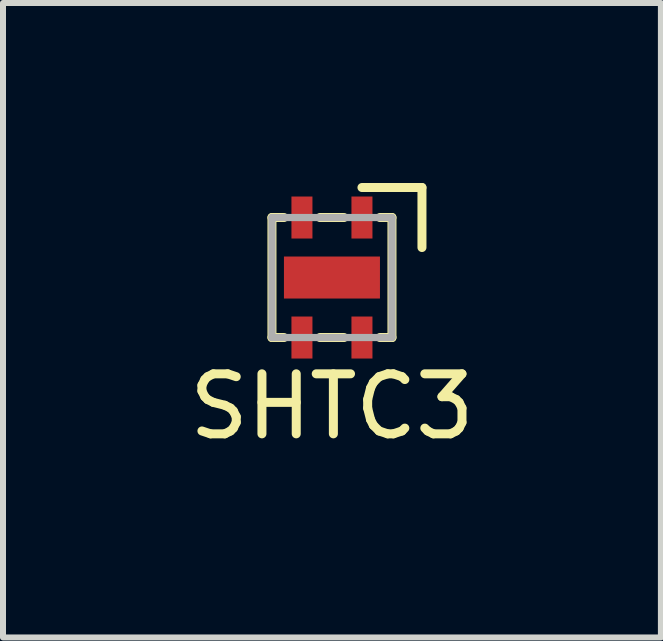
<source format=kicad_pcb>
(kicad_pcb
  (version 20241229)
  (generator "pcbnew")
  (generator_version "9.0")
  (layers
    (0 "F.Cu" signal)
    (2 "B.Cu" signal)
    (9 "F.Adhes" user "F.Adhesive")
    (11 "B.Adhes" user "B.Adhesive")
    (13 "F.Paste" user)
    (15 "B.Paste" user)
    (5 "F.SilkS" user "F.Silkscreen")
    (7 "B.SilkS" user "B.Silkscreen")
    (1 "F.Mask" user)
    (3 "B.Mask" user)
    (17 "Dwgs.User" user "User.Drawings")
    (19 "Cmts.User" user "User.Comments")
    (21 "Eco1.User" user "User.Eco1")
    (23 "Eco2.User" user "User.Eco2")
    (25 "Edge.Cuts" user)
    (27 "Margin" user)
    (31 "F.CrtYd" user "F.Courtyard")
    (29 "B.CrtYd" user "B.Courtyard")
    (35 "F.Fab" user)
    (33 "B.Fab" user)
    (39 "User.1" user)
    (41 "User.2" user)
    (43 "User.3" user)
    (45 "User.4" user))
  (footprint "SHTC3"
    (layer "F.Cu")
    (at 2.482 1.575)
    (property "Reference" "SHTC3" (at 0 2.15 0) (layer "F.SilkS") (effects (font (size 1 1) (thickness 0.15))))
    (attr through_hole)
    (fp_line (start -1 -1) (end -0.8 -1) (stroke (width 0.15) (type solid)) (layer "F.SilkS"))
    (fp_line (start -1 1) (end -1 -1) (stroke (width 0.15) (type solid)) (layer "F.SilkS"))
    (fp_line (start -0.8 1) (end -1 1) (stroke (width 0.15) (type solid)) (layer "F.SilkS"))
    (fp_line (start -0.2 -1) (end 0.2 -1) (stroke (width 0.15) (type solid)) (layer "F.SilkS"))
    (fp_line (start 0.2 1) (end -0.2 1) (stroke (width 0.15) (type solid)) (layer "F.SilkS"))
    (fp_line (start 0.5 -1.5) (end 1.5 -1.5) (stroke (width 0.15) (type solid)) (layer "F.SilkS"))
    (fp_line (start 0.8 -1) (end 1 -1) (stroke (width 0.15) (type solid)) (layer "F.SilkS"))
    (fp_line (start 1 -1) (end 1 1) (stroke (width 0.15) (type solid)) (layer "F.SilkS"))
    (fp_line (start 1 1) (end 0.8 1) (stroke (width 0.15) (type solid)) (layer "F.SilkS"))
    (fp_line (start 1.5 -1.5) (end 1.5 -0.5) (stroke (width 0.15) (type solid)) (layer "F.SilkS"))
    (fp_line (start -1 -1) (end 1 -1) (stroke (width 0.12) (type solid)) (layer "F.Fab"))
    (fp_line (start -1 1) (end -1 -1) (stroke (width 0.12) (type solid)) (layer "F.Fab"))
    (fp_line (start 1 -1) (end 1 1) (stroke (width 0.12) (type solid)) (layer "F.Fab"))
    (fp_line (start 1 1) (end -1 1) (stroke (width 0.12) (type solid)) (layer "F.Fab"))
    (pad "1" smd rect (at 0.5 -1) (size 0.35 0.7) (layers "F.Cu" "F.Mask" "F.Paste"))
    (pad "2" smd rect (at -0.5 -1) (size 0.35 0.7) (layers "F.Cu" "F.Mask" "F.Paste"))
    (pad "3" smd rect (at -0.5 1) (size 0.35 0.7) (layers "F.Cu" "F.Mask" "F.Paste"))
    (pad "4" smd rect (at 0 0) (size 1.6 0.7) (layers "F.Cu" "F.Mask" "F.Paste"))
    (pad "4" smd rect (at 0.5 1) (size 0.35 0.7) (layers "F.Cu" "F.Mask" "F.Paste")))
  (gr_rect
    (start -3 -3)
    (end 7.964 7.573)
    (stroke (width 0.1) (type default))
    (fill no)
    (layer "Edge.Cuts")))
</source>
